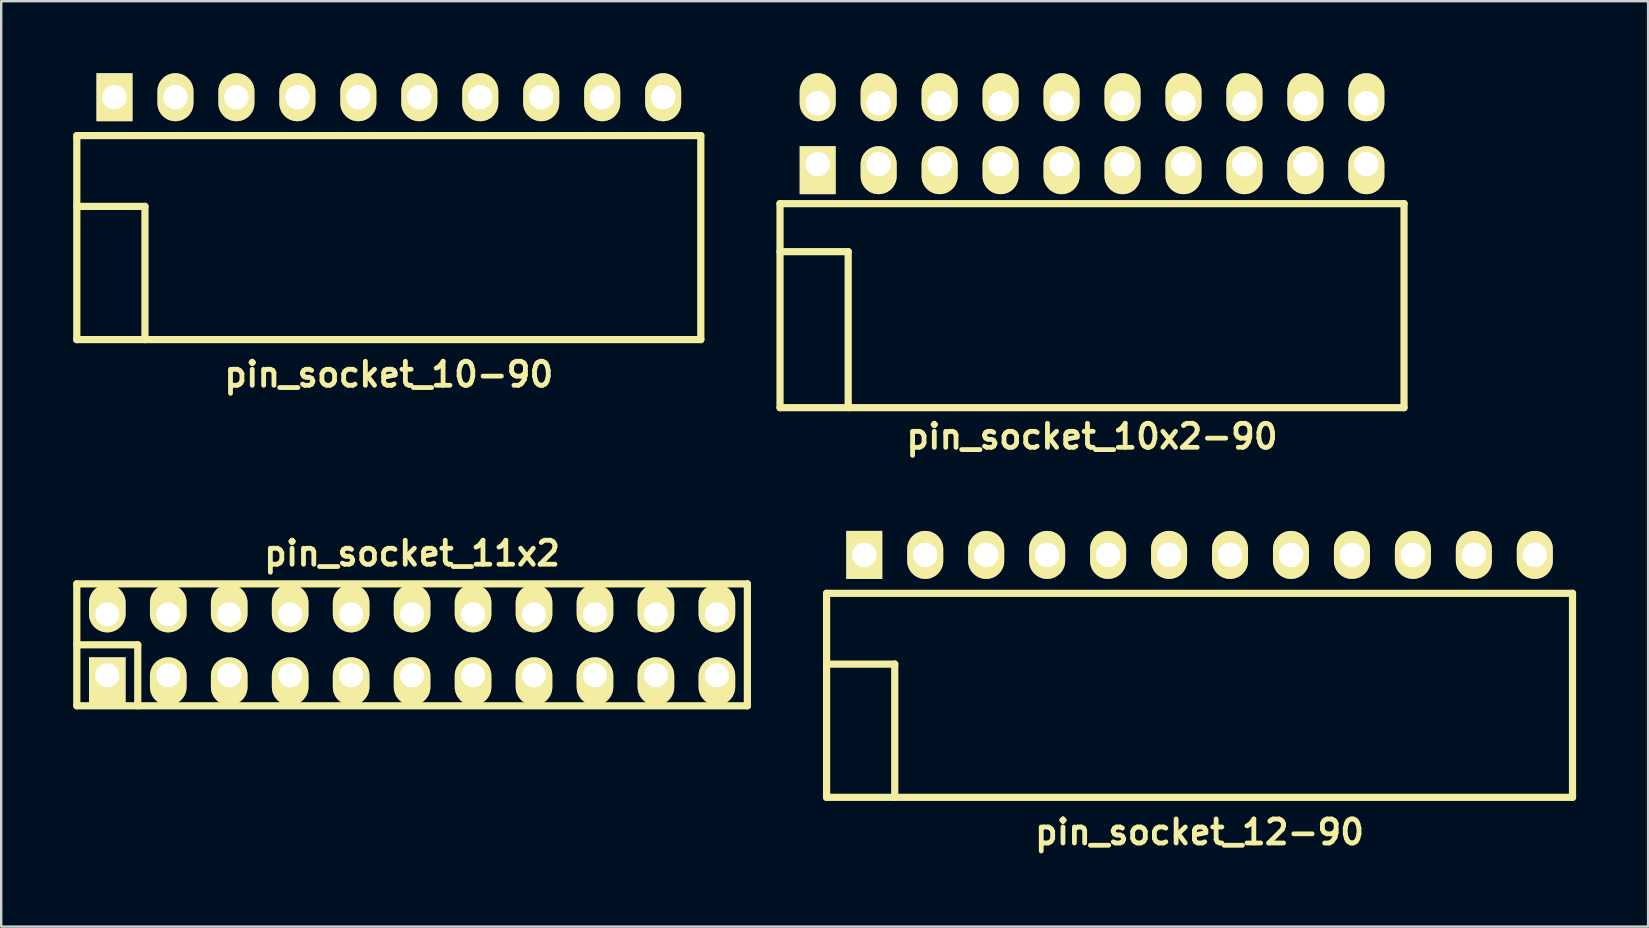
<source format=kicad_pcb>
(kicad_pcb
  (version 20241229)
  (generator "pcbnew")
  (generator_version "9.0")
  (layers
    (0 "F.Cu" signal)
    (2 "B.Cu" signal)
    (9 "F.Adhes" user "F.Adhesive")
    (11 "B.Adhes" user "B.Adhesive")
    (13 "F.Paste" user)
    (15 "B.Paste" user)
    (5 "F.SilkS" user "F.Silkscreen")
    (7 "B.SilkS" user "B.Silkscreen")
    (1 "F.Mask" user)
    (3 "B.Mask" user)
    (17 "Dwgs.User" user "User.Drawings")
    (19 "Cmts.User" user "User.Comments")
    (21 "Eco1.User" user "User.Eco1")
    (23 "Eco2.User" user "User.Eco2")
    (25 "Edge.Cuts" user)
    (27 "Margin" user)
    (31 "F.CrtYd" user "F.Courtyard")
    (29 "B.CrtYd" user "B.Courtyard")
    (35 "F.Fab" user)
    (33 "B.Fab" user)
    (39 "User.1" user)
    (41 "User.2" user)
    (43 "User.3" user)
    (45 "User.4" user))
  (footprint "pin_socket_12-90"
    (layer "F.Cu")
    (at 46.93 24.621)
    (property "Reference" "pin_socket_12-90" (at 0 7 0) (layer "F.SilkS") (effects (font (size 1 1) (thickness 0.2))))
    (attr through_hole)
    (fp_line (start -15.54 -2.95) (end -15.54 5.55) (stroke (width 0.3) (type solid)) (layer "F.SilkS"))
    (fp_line (start -15.54 -2.95) (end 15.54 -2.95) (stroke (width 0.3) (type solid)) (layer "F.SilkS"))
    (fp_line (start -15.54 0) (end -12.7 0) (stroke (width 0.3) (type solid)) (layer "F.SilkS"))
    (fp_line (start -15.54 5.55) (end 15.54 5.55) (stroke (width 0.3) (type solid)) (layer "F.SilkS"))
    (fp_line (start -12.7 0) (end -12.7 5.55) (stroke (width 0.3) (type solid)) (layer "F.SilkS"))
    (fp_line (start 15.54 -2.95) (end 15.54 5.55) (stroke (width 0.3) (type solid)) (layer "F.SilkS"))
    (pad "1" thru_hole rect (at -13.97 -4.55) (size 1.5 2) (drill 1.02) (layers "*.Cu" "*.Mask" "F.SilkS"))
    (pad "2" thru_hole oval (at -11.43 -4.55) (size 1.5 2) (drill 1.02) (layers "*.Cu" "*.Mask" "F.SilkS"))
    (pad "3" thru_hole oval (at -8.89 -4.55) (size 1.5 2) (drill 1.02) (layers "*.Cu" "*.Mask" "F.SilkS"))
    (pad "4" thru_hole oval (at -6.35 -4.55) (size 1.5 2) (drill 1.02) (layers "*.Cu" "*.Mask" "F.SilkS"))
    (pad "5" thru_hole oval (at -3.81 -4.55) (size 1.5 2) (drill 1.02) (layers "*.Cu" "*.Mask" "F.SilkS"))
    (pad "6" thru_hole oval (at -1.27 -4.55) (size 1.5 2) (drill 1.02) (layers "*.Cu" "*.Mask" "F.SilkS"))
    (pad "7" thru_hole oval (at 1.27 -4.55) (size 1.5 2) (drill 1.02) (layers "*.Cu" "*.Mask" "F.SilkS"))
    (pad "8" thru_hole oval (at 3.81 -4.55) (size 1.5 2) (drill 1.02) (layers "*.Cu" "*.Mask" "F.SilkS"))
    (pad "9" thru_hole oval (at 6.35 -4.55) (size 1.5 2) (drill 1.02) (layers "*.Cu" "*.Mask" "F.SilkS"))
    (pad "10" thru_hole oval (at 8.89 -4.55) (size 1.5 2) (drill 1.02) (layers "*.Cu" "*.Mask" "F.SilkS"))
    (pad "12" thru_hole oval (at 13.97 -4.55) (size 1.5 2) (drill 1.02) (layers "*.Cu" "*.Mask" "F.SilkS"))
    (pad "1121" thru_hole oval (at 11.43 -4.55) (size 1.5 2) (drill 1.02) (layers "*.Cu" "*.Mask" "F.SilkS")))
  (footprint "pin_socket_11x2"
    (layer "F.Cu")
    (at 14.12 23.817)
    (property "Reference" "pin_socket_11x2" (at 0 -3.81 0) (layer "F.SilkS") (effects (font (size 1 1) (thickness 0.2))))
    (attr through_hole)
    (fp_line (start -13.97 -2.54) (end -13.97 2.54) (stroke (width 0.3) (type solid)) (layer "F.SilkS"))
    (fp_line (start -13.97 -2.54) (end 13.97 -2.54) (stroke (width 0.3) (type solid)) (layer "F.SilkS"))
    (fp_line (start -13.97 0) (end -11.43 0) (stroke (width 0.3) (type solid)) (layer "F.SilkS"))
    (fp_line (start -11.43 0) (end -11.43 2.54) (stroke (width 0.3) (type solid)) (layer "F.SilkS"))
    (fp_line (start 13.97 2.54) (end -13.97 2.54) (stroke (width 0.3) (type solid)) (layer "F.SilkS"))
    (fp_line (start 13.97 2.54) (end 13.97 -2.54) (stroke (width 0.3) (type solid)) (layer "F.SilkS"))
    (pad "1" thru_hole rect (at -12.7 1.27) (size 1.524 1.999) (drill 1.001 (offset 0 0.249)) (layers "*.Cu" "*.Mask" "F.SilkS"))
    (pad "2" thru_hole oval (at -12.7 -1.27) (size 1.524 1.999) (drill 1.001 (offset 0 -0.249)) (layers "*.Cu" "*.Mask" "F.SilkS"))
    (pad "3" thru_hole oval (at -10.16 1.27) (size 1.524 1.999) (drill 1.001 (offset 0 0.249)) (layers "*.Cu" "*.Mask" "F.SilkS"))
    (pad "4" thru_hole oval (at -10.16 -1.27) (size 1.524 1.999) (drill 1.001 (offset 0 -0.249)) (layers "*.Cu" "*.Mask" "F.SilkS"))
    (pad "5" thru_hole oval (at -7.62 1.27) (size 1.524 1.999) (drill 1.001 (offset 0 0.249)) (layers "*.Cu" "*.Mask" "F.SilkS"))
    (pad "6" thru_hole oval (at -7.62 -1.27) (size 1.524 1.999) (drill 1.001 (offset 0 -0.249)) (layers "*.Cu" "*.Mask" "F.SilkS"))
    (pad "7" thru_hole oval (at -5.08 1.27) (size 1.524 1.999) (drill 1.001 (offset 0 0.249)) (layers "*.Cu" "*.Mask" "F.SilkS"))
    (pad "8" thru_hole oval (at -5.08 -1.27) (size 1.524 1.999) (drill 1.001 (offset 0 -0.249)) (layers "*.Cu" "*.Mask" "F.SilkS"))
    (pad "9" thru_hole oval (at -2.54 1.27) (size 1.524 1.999) (drill 1.001 (offset 0 0.249)) (layers "*.Cu" "*.Mask" "F.SilkS"))
    (pad "10" thru_hole oval (at -2.54 -1.27) (size 1.524 1.999) (drill 1.001 (offset 0 -0.249)) (layers "*.Cu" "*.Mask" "F.SilkS"))
    (pad "11" thru_hole oval (at 0 1.27) (size 1.524 1.999) (drill 1.001 (offset 0 0.249)) (layers "*.Cu" "*.Mask" "F.SilkS"))
    (pad "12" thru_hole oval (at 0 -1.27) (size 1.524 1.999) (drill 1.001 (offset 0 -0.249)) (layers "*.Cu" "*.Mask" "F.SilkS"))
    (pad "13" thru_hole oval (at 2.54 1.27) (size 1.524 1.999) (drill 1.001 (offset 0 0.249)) (layers "*.Cu" "*.Mask" "F.SilkS"))
    (pad "14" thru_hole oval (at 2.54 -1.27) (size 1.524 1.999) (drill 1.001 (offset 0 -0.249)) (layers "*.Cu" "*.Mask" "F.SilkS"))
    (pad "15" thru_hole oval (at 5.08 1.27) (size 1.524 1.999) (drill 1.001 (offset 0 0.249)) (layers "*.Cu" "*.Mask" "F.SilkS"))
    (pad "16" thru_hole oval (at 5.08 -1.27) (size 1.524 1.999) (drill 1.001 (offset 0 -0.249)) (layers "*.Cu" "*.Mask" "F.SilkS"))
    (pad "17" thru_hole oval (at 7.62 1.27) (size 1.524 1.999) (drill 1.001 (offset 0 0.249)) (layers "*.Cu" "*.Mask" "F.SilkS"))
    (pad "18" thru_hole oval (at 7.62 -1.27) (size 1.524 1.999) (drill 1.001 (offset 0 -0.249)) (layers "*.Cu" "*.Mask" "F.SilkS"))
    (pad "19" thru_hole oval (at 10.16 1.27) (size 1.524 1.999) (drill 1.001 (offset 0 0.249)) (layers "*.Cu" "*.Mask" "F.SilkS"))
    (pad "20" thru_hole oval (at 10.16 -1.27) (size 1.524 1.999) (drill 1.001 (offset 0 -0.249)) (layers "*.Cu" "*.Mask" "F.SilkS"))
    (pad "21" thru_hole oval (at 12.7 1.27) (size 1.524 1.999) (drill 1.001 (offset 0 0.249)) (layers "*.Cu" "*.Mask" "F.SilkS"))
    (pad "22" thru_hole oval (at 12.7 -1.27) (size 1.524 1.999) (drill 1.001 (offset 0 -0.249)) (layers "*.Cu" "*.Mask" "F.SilkS")))
  (footprint "pin_socket_10x2-90"
    (layer "F.Cu")
    (at 42.45 7.435)
    (property "Reference" "pin_socket_10x2-90" (at 0 7.7 0) (layer "F.SilkS") (effects (font (size 1 1) (thickness 0.2))))
    (attr through_hole)
    (fp_line (start -13 -2) (end -13 6.5) (stroke (width 0.3) (type solid)) (layer "F.SilkS"))
    (fp_line (start -13 -2) (end 13 -2) (stroke (width 0.3) (type solid)) (layer "F.SilkS"))
    (fp_line (start -13 0) (end -10.16 0) (stroke (width 0.3) (type solid)) (layer "F.SilkS"))
    (fp_line (start -13 6.5) (end 13 6.5) (stroke (width 0.3) (type solid)) (layer "F.SilkS"))
    (fp_line (start -10.16 0) (end -10.16 6.5) (stroke (width 0.3) (type solid)) (layer "F.SilkS"))
    (fp_line (start 13 -2) (end 13 6.5) (stroke (width 0.3) (type solid)) (layer "F.SilkS"))
    (pad "1" thru_hole rect (at -11.43 -3.645) (size 1.5 2) (drill 1.02 (offset 0 0.25)) (layers "*.Cu" "*.Mask" "F.SilkS"))
    (pad "2" thru_hole oval (at -11.43 -6.185) (size 1.5 2) (drill 1.02 (offset 0 -0.25)) (layers "*.Cu" "*.Mask" "F.SilkS"))
    (pad "3" thru_hole oval (at -8.89 -3.645) (size 1.5 2) (drill 1.02 (offset 0 0.25)) (layers "*.Cu" "*.Mask" "F.SilkS"))
    (pad "4" thru_hole oval (at -8.89 -6.185) (size 1.5 2) (drill 1.02 (offset 0 -0.25)) (layers "*.Cu" "*.Mask" "F.SilkS"))
    (pad "5" thru_hole oval (at -6.35 -3.645) (size 1.5 2) (drill 1.02 (offset 0 0.25)) (layers "*.Cu" "*.Mask" "F.SilkS"))
    (pad "6" thru_hole oval (at -6.35 -6.185) (size 1.5 2) (drill 1.02 (offset 0 -0.25)) (layers "*.Cu" "*.Mask" "F.SilkS"))
    (pad "7" thru_hole oval (at -3.81 -3.645) (size 1.5 2) (drill 1.02 (offset 0 0.25)) (layers "*.Cu" "*.Mask" "F.SilkS"))
    (pad "8" thru_hole oval (at -3.81 -6.185) (size 1.5 2) (drill 1.02 (offset 0 -0.25)) (layers "*.Cu" "*.Mask" "F.SilkS"))
    (pad "9" thru_hole oval (at -1.27 -3.645) (size 1.5 2) (drill 1.02 (offset 0 0.25)) (layers "*.Cu" "*.Mask" "F.SilkS"))
    (pad "10" thru_hole oval (at -1.27 -6.185) (size 1.5 2) (drill 1.02 (offset 0 -0.25)) (layers "*.Cu" "*.Mask" "F.SilkS"))
    (pad "11" thru_hole oval (at 1.27 -3.645) (size 1.5 2) (drill 1.02 (offset 0 0.25)) (layers "*.Cu" "*.Mask" "F.SilkS"))
    (pad "12" thru_hole oval (at 1.27 -6.185) (size 1.5 2) (drill 1.02 (offset 0 -0.25)) (layers "*.Cu" "*.Mask" "F.SilkS"))
    (pad "13" thru_hole oval (at 3.81 -3.645) (size 1.5 2) (drill 1.02 (offset 0 0.25)) (layers "*.Cu" "*.Mask" "F.SilkS"))
    (pad "14" thru_hole oval (at 3.81 -6.185) (size 1.5 2) (drill 1.02 (offset 0 -0.25)) (layers "*.Cu" "*.Mask" "F.SilkS"))
    (pad "15" thru_hole oval (at 6.35 -3.645) (size 1.5 2) (drill 1.02 (offset 0 0.25)) (layers "*.Cu" "*.Mask" "F.SilkS"))
    (pad "16" thru_hole oval (at 6.35 -6.185) (size 1.5 2) (drill 1.02 (offset 0 -0.25)) (layers "*.Cu" "*.Mask" "F.SilkS"))
    (pad "17" thru_hole oval (at 8.89 -3.645) (size 1.5 2) (drill 1.02 (offset 0 0.25)) (layers "*.Cu" "*.Mask" "F.SilkS"))
    (pad "18" thru_hole oval (at 8.89 -6.185) (size 1.5 2) (drill 1.02 (offset 0 -0.25)) (layers "*.Cu" "*.Mask" "F.SilkS"))
    (pad "19" thru_hole oval (at 11.43 -3.645) (size 1.5 2) (drill 1.02 (offset 0 0.25)) (layers "*.Cu" "*.Mask" "F.SilkS"))
    (pad "20" thru_hole oval (at 11.43 -6.185) (size 1.5 2) (drill 1.02 (offset 0 -0.25)) (layers "*.Cu" "*.Mask" "F.SilkS")))
  (footprint "pin_socket_10-90"
    (layer "F.Cu")
    (at 13.15 5.55)
    (property "Reference" "pin_socket_10-90" (at 0 7 0) (layer "F.SilkS") (effects (font (size 1 1) (thickness 0.2))))
    (attr through_hole)
    (fp_line (start -13 -2.95) (end -13 5.55) (stroke (width 0.3) (type solid)) (layer "F.SilkS"))
    (fp_line (start -13 -2.95) (end 13 -2.95) (stroke (width 0.3) (type solid)) (layer "F.SilkS"))
    (fp_line (start -13 0) (end -10.16 0) (stroke (width 0.3) (type solid)) (layer "F.SilkS"))
    (fp_line (start -13 5.55) (end 13 5.55) (stroke (width 0.3) (type solid)) (layer "F.SilkS"))
    (fp_line (start -10.16 0) (end -10.16 5.55) (stroke (width 0.3) (type solid)) (layer "F.SilkS"))
    (fp_line (start 13 -2.95) (end 13 5.55) (stroke (width 0.3) (type solid)) (layer "F.SilkS"))
    (pad "1" thru_hole rect (at -11.43 -4.55) (size 1.5 2) (drill 1.02) (layers "*.Cu" "*.Mask" "F.SilkS"))
    (pad "2" thru_hole oval (at -8.89 -4.55) (size 1.5 2) (drill 1.02) (layers "*.Cu" "*.Mask" "F.SilkS"))
    (pad "3" thru_hole oval (at -6.35 -4.55) (size 1.5 2) (drill 1.02) (layers "*.Cu" "*.Mask" "F.SilkS"))
    (pad "4" thru_hole oval (at -3.81 -4.55) (size 1.5 2) (drill 1.02) (layers "*.Cu" "*.Mask" "F.SilkS"))
    (pad "5" thru_hole oval (at -1.27 -4.55) (size 1.5 2) (drill 1.02) (layers "*.Cu" "*.Mask" "F.SilkS"))
    (pad "6" thru_hole oval (at 1.27 -4.55) (size 1.5 2) (drill 1.02) (layers "*.Cu" "*.Mask" "F.SilkS"))
    (pad "7" thru_hole oval (at 3.81 -4.55) (size 1.5 2) (drill 1.02) (layers "*.Cu" "*.Mask" "F.SilkS"))
    (pad "8" thru_hole oval (at 6.35 -4.55) (size 1.5 2) (drill 1.02) (layers "*.Cu" "*.Mask" "F.SilkS"))
    (pad "9" thru_hole oval (at 8.89 -4.55) (size 1.5 2) (drill 1.02) (layers "*.Cu" "*.Mask" "F.SilkS"))
    (pad "10" thru_hole oval (at 11.43 -4.55) (size 1.5 2) (drill 1.02) (layers "*.Cu" "*.Mask" "F.SilkS")))
  (gr_rect
    (start -3 -3)
    (end 65.62 35.557)
    (stroke (width 0.1) (type default))
    (fill no)
    (layer "Edge.Cuts")))
</source>
